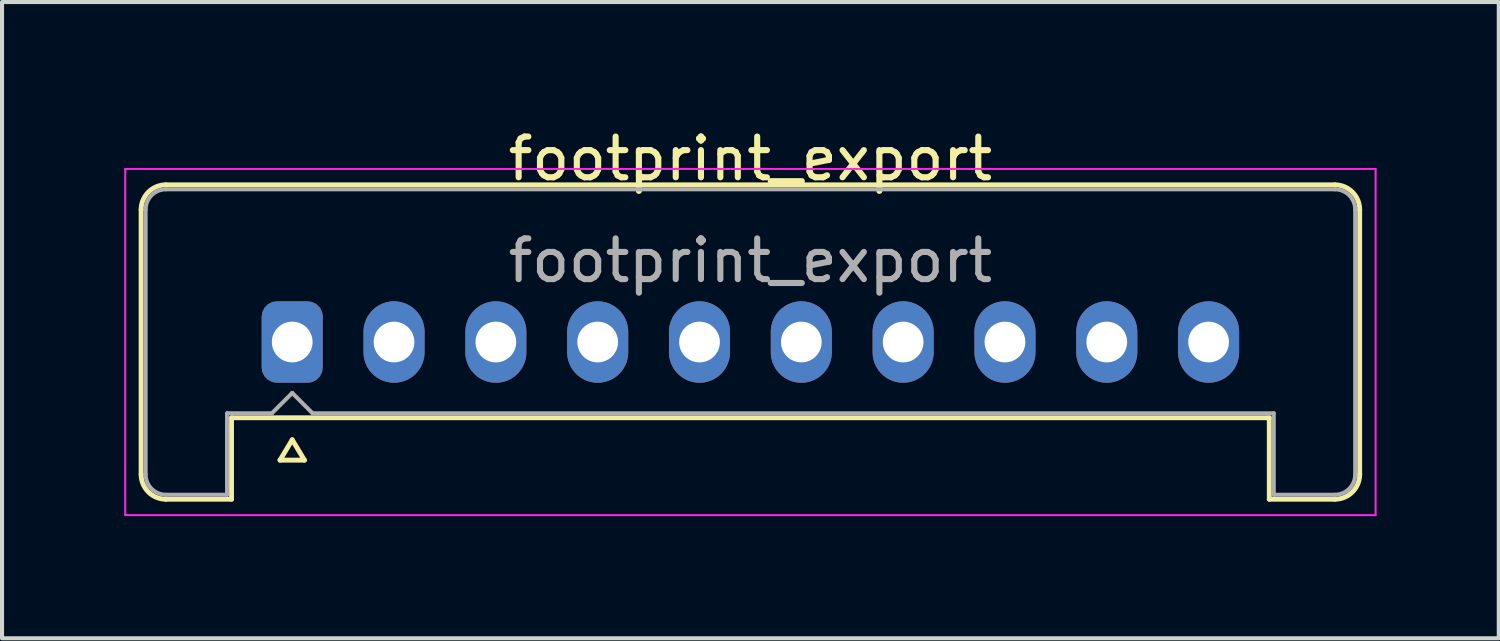
<source format=kicad_pcb>
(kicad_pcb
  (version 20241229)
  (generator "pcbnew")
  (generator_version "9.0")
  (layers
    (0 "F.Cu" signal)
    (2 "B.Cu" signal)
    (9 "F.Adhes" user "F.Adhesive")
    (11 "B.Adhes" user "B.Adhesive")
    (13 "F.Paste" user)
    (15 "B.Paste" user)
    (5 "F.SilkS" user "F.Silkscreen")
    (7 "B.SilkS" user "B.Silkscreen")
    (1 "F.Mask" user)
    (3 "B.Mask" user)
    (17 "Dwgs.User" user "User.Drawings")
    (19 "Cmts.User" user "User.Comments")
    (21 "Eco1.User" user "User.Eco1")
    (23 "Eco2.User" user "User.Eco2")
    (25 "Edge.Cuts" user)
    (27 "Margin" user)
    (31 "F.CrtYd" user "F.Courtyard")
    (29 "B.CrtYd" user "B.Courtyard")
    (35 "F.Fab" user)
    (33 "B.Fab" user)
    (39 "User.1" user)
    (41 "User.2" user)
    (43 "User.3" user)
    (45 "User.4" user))
  (footprint "footprint_export"
    (layer "F.Cu")
    (at 4.125 5.348)
    (property "Reference" "footprint_export" (at 11.25 -4.5 0) (layer "F.SilkS") (effects (font (size 1 1) (thickness 0.15))))
    (attr through_hole)
    (fp_line (start -3.71 -3.25) (end -3.71 3.25) (stroke (width 0.12) (type solid)) (layer "F.SilkS"))
    (fp_line (start -3.1 -3.86) (end 25.6 -3.86) (stroke (width 0.12) (type solid)) (layer "F.SilkS"))
    (fp_line (start -3.1 3.86) (end -1.49 3.86) (stroke (width 0.12) (type solid)) (layer "F.SilkS"))
    (fp_line (start -1.49 1.86) (end 23.99 1.86) (stroke (width 0.12) (type solid)) (layer "F.SilkS"))
    (fp_line (start -1.49 3.86) (end -1.49 1.86) (stroke (width 0.12) (type solid)) (layer "F.SilkS"))
    (fp_line (start -0.3 2.9) (end 0.3 2.9) (stroke (width 0.12) (type solid)) (layer "F.SilkS"))
    (fp_line (start 0 2.4) (end -0.3 2.9) (stroke (width 0.12) (type solid)) (layer "F.SilkS"))
    (fp_line (start 0.3 2.9) (end 0 2.4) (stroke (width 0.12) (type solid)) (layer "F.SilkS"))
    (fp_line (start 23.99 3.86) (end 23.99 1.86) (stroke (width 0.12) (type solid)) (layer "F.SilkS"))
    (fp_line (start 25.6 3.86) (end 23.99 3.86) (stroke (width 0.12) (type solid)) (layer "F.SilkS"))
    (fp_line (start 26.21 -3.25) (end 26.21 3.25) (stroke (width 0.12) (type solid)) (layer "F.SilkS"))
    (fp_arc (start -3.71 -3.25) (mid -3.531335 -3.681335) (end -3.1 -3.86) (stroke (width 0.12) (type solid)) (layer "F.SilkS"))
    (fp_arc (start -3.1 3.86) (mid -3.531335 3.681335) (end -3.71 3.25) (stroke (width 0.12) (type solid)) (layer "F.SilkS"))
    (fp_arc (start 25.6 -3.86) (mid 26.031335 -3.681335) (end 26.21 -3.25) (stroke (width 0.12) (type solid)) (layer "F.SilkS"))
    (fp_arc (start 26.21 3.25) (mid 26.031335 3.681335) (end 25.6 3.86) (stroke (width 0.12) (type solid)) (layer "F.SilkS"))
    (fp_line (start -4.1 -4.25) (end -4.1 4.25) (stroke (width 0.05) (type solid)) (layer "F.CrtYd"))
    (fp_line (start -4.1 4.25) (end 26.6 4.25) (stroke (width 0.05) (type solid)) (layer "F.CrtYd"))
    (fp_line (start 26.6 -4.25) (end -4.1 -4.25) (stroke (width 0.05) (type solid)) (layer "F.CrtYd"))
    (fp_line (start 26.6 4.25) (end 26.6 -4.25) (stroke (width 0.05) (type solid)) (layer "F.CrtYd"))
    (fp_line (start -3.6 -3.25) (end -3.6 3.25) (stroke (width 0.1) (type solid)) (layer "F.Fab"))
    (fp_line (start -3.1 -3.75) (end 25.6 -3.75) (stroke (width 0.1) (type solid)) (layer "F.Fab"))
    (fp_line (start -3.1 3.75) (end -1.6 3.75) (stroke (width 0.1) (type solid)) (layer "F.Fab"))
    (fp_line (start -1.6 1.75) (end -0.5 1.75) (stroke (width 0.1) (type solid)) (layer "F.Fab"))
    (fp_line (start -1.6 3.75) (end -1.6 1.75) (stroke (width 0.1) (type solid)) (layer "F.Fab"))
    (fp_line (start -0.5 1.75) (end 0 1.25) (stroke (width 0.1) (type solid)) (layer "F.Fab"))
    (fp_line (start 0 1.25) (end 0.5 1.75) (stroke (width 0.1) (type solid)) (layer "F.Fab"))
    (fp_line (start 0.5 1.75) (end 24.1 1.75) (stroke (width 0.1) (type solid)) (layer "F.Fab"))
    (fp_line (start 24.1 3.75) (end 24.1 1.75) (stroke (width 0.1) (type solid)) (layer "F.Fab"))
    (fp_line (start 25.6 3.75) (end 24.1 3.75) (stroke (width 0.1) (type solid)) (layer "F.Fab"))
    (fp_line (start 26.1 -3.25) (end 26.1 3.25) (stroke (width 0.1) (type solid)) (layer "F.Fab"))
    (fp_arc (start -3.6 -3.25) (mid -3.453553 -3.603553) (end -3.1 -3.75) (stroke (width 0.1) (type solid)) (layer "F.Fab"))
    (fp_arc (start -3.1 3.75) (mid -3.453553 3.603553) (end -3.6 3.25) (stroke (width 0.1) (type solid)) (layer "F.Fab"))
    (fp_arc (start 25.6 -3.75) (mid 25.953553 -3.603553) (end 26.1 -3.25) (stroke (width 0.1) (type solid)) (layer "F.Fab"))
    (fp_arc (start 26.1 3.25) (mid 25.953553 3.603553) (end 25.6 3.75) (stroke (width 0.1) (type solid)) (layer "F.Fab"))
    (fp_text user "${REFERENCE}" (at 11.25 -2 0) (layer "F.Fab") (effects (font (size 1 1) (thickness 0.15))))
    (pad "1" thru_hole roundrect (at 0 0) (size 1.5 2) (drill 1) (layers "*.Cu" "*.Mask") (roundrect_rratio 0.25))
    (pad "2" thru_hole oval (at 2.5 0) (size 1.5 2) (drill 1) (layers "*.Cu" "*.Mask"))
    (pad "3" thru_hole oval (at 5 0) (size 1.5 2) (drill 1) (layers "*.Cu" "*.Mask"))
    (pad "4" thru_hole oval (at 7.5 0) (size 1.5 2) (drill 1) (layers "*.Cu" "*.Mask"))
    (pad "5" thru_hole oval (at 10 0) (size 1.5 2) (drill 1) (layers "*.Cu" "*.Mask"))
    (pad "6" thru_hole oval (at 12.5 0) (size 1.5 2) (drill 1) (layers "*.Cu" "*.Mask"))
    (pad "7" thru_hole oval (at 15 0) (size 1.5 2) (drill 1) (layers "*.Cu" "*.Mask"))
    (pad "8" thru_hole oval (at 17.5 0) (size 1.5 2) (drill 1) (layers "*.Cu" "*.Mask"))
    (pad "9" thru_hole oval (at 20 0) (size 1.5 2) (drill 1) (layers "*.Cu" "*.Mask"))
    (pad "10" thru_hole oval (at 22.5 0) (size 1.5 2) (drill 1) (layers "*.Cu" "*.Mask")))
  (gr_rect
    (start -3 -3)
    (end 33.75 12.623)
    (stroke (width 0.1) (type default))
    (fill no)
    (layer "Edge.Cuts")))
</source>
